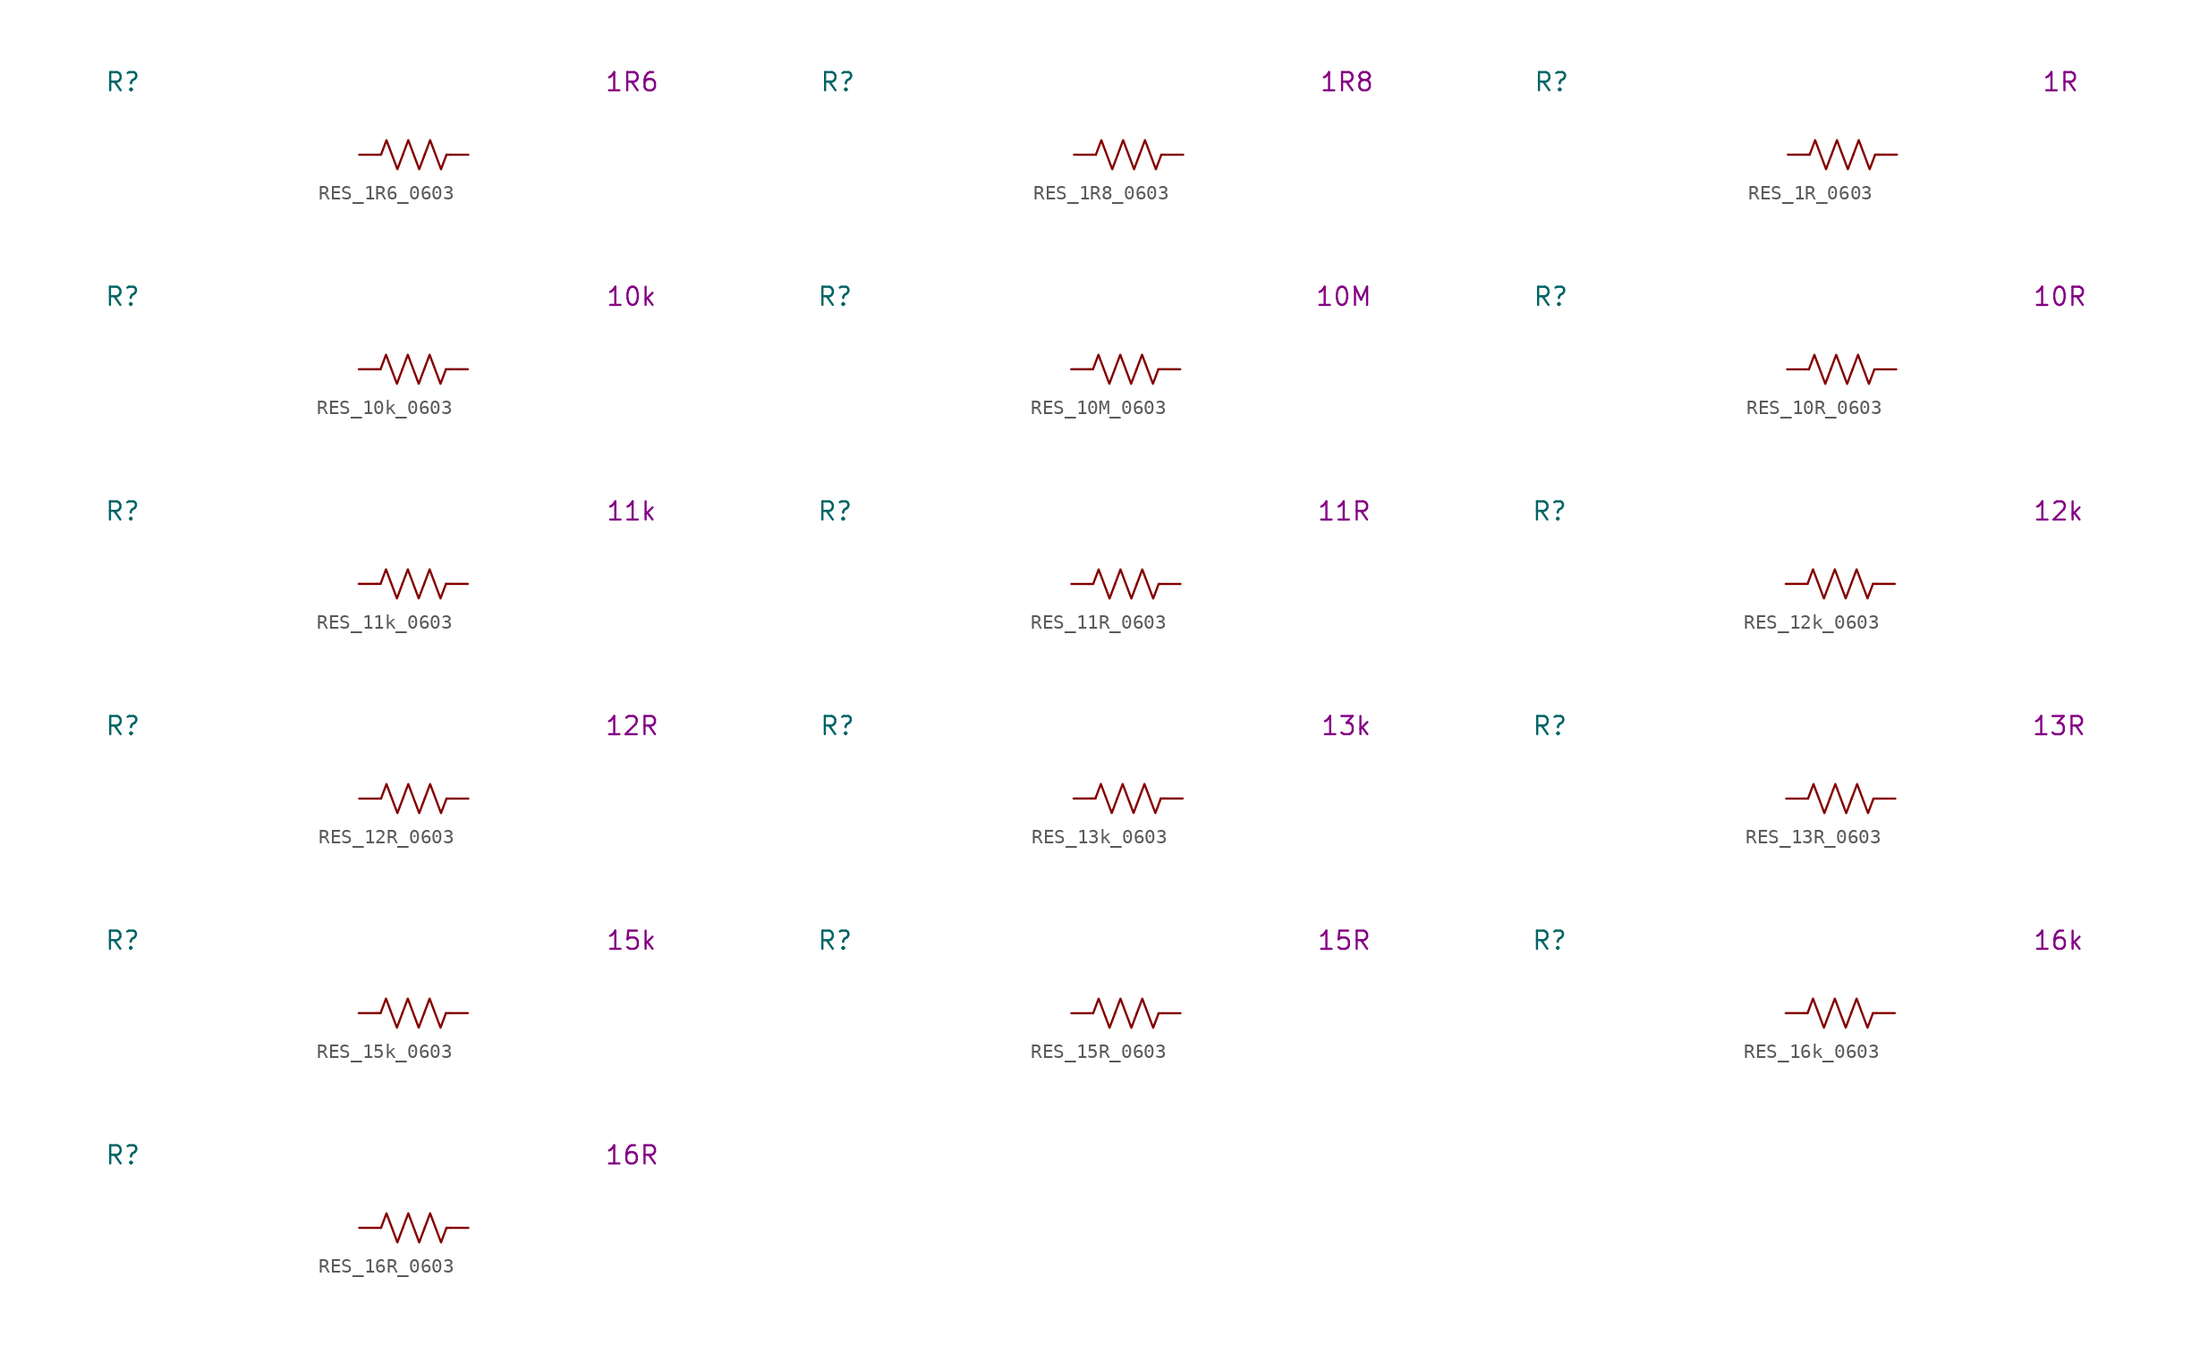
<source format=kicad_sym>
(kicad_symbol_lib
  (version 20231120)
  (generator "kicad_symbol_editor")
  (generator_version "8.0")
  (symbol "RES_1R6_0603"
    (pin_numbers hide)
    (property "Reference" "R"
      (at -20.32 5.08 0)
      (effects (font (size 1.27 1.27))))
    (property "Display Value" "1R6"
      (at 15.24 5.08 0)
      (effects (font (size 1.27 1.27))))
    (symbol "RES_1R6_0603_0_1"
      (polyline (pts (xy -2.286 0) (xy -2.54 0)) (stroke (width 0) (type default)) (fill (type none)))
      (polyline (pts (xy 2.286 0) (xy 2.54 0)) (stroke (width 0) (type default)) (fill (type none)))
      (polyline (pts (xy -2.286 0) (xy -1.905 1.016) (xy -1.524 0) (xy -1.143 -1.016) (xy -0.762 0)) (stroke (width 0) (type default)) (fill (type none)))
      (polyline (pts (xy -0.762 0) (xy -0.381 1.016) (xy 0 0) (xy 0.381 -1.016) (xy 0.762 0)) (stroke (width 0) (type default)) (fill (type none)))
      (polyline (pts (xy 0.762 0) (xy 1.143 1.016) (xy 1.524 0) (xy 1.905 -1.016) (xy 2.286 0)) (stroke (width 0) (type default)) (fill (type none))))
    (symbol "RES_1R6_0603_1_1"
      (pin passive line (at -3.81 0 0) (length 1.27) (name "~" (effects (font (size 1.27 1.27)))) (number "1" (effects (font (size 1.27 1.27)))))
      (pin passive line (at 3.81 0 180) (length 1.27) (name "~" (effects (font (size 1.27 1.27)))) (number "2" (effects (font (size 1.27 1.27)))))))
  (symbol "RES_1R8_0603"
    (pin_numbers hide)
    (property "Reference" "R"
      (at -20.32 5.08 0)
      (effects (font (size 1.27 1.27))))
    (property "Display Value" "1R8"
      (at 15.24 5.08 0)
      (effects (font (size 1.27 1.27))))
    (symbol "RES_1R8_0603_0_1"
      (polyline (pts (xy -2.286 0) (xy -2.54 0)) (stroke (width 0) (type default)) (fill (type none)))
      (polyline (pts (xy 2.286 0) (xy 2.54 0)) (stroke (width 0) (type default)) (fill (type none)))
      (polyline (pts (xy -2.286 0) (xy -1.905 1.016) (xy -1.524 0) (xy -1.143 -1.016) (xy -0.762 0)) (stroke (width 0) (type default)) (fill (type none)))
      (polyline (pts (xy -0.762 0) (xy -0.381 1.016) (xy 0 0) (xy 0.381 -1.016) (xy 0.762 0)) (stroke (width 0) (type default)) (fill (type none)))
      (polyline (pts (xy 0.762 0) (xy 1.143 1.016) (xy 1.524 0) (xy 1.905 -1.016) (xy 2.286 0)) (stroke (width 0) (type default)) (fill (type none))))
    (symbol "RES_1R8_0603_1_1"
      (pin passive line (at -3.81 0 0) (length 1.27) (name "~" (effects (font (size 1.27 1.27)))) (number "1" (effects (font (size 1.27 1.27)))))
      (pin passive line (at 3.81 0 180) (length 1.27) (name "~" (effects (font (size 1.27 1.27)))) (number "2" (effects (font (size 1.27 1.27)))))))
  (symbol "RES_1R_0603"
    (pin_numbers hide)
    (property "Reference" "R"
      (at -20.32 5.08 0)
      (effects (font (size 1.27 1.27))))
    (property "Display Value" "1R"
      (at 15.24 5.08 0)
      (effects (font (size 1.27 1.27))))
    (symbol "RES_1R_0603_0_1"
      (polyline (pts (xy -2.286 0) (xy -2.54 0)) (stroke (width 0) (type default)) (fill (type none)))
      (polyline (pts (xy 2.286 0) (xy 2.54 0)) (stroke (width 0) (type default)) (fill (type none)))
      (polyline (pts (xy -2.286 0) (xy -1.905 1.016) (xy -1.524 0) (xy -1.143 -1.016) (xy -0.762 0)) (stroke (width 0) (type default)) (fill (type none)))
      (polyline (pts (xy -0.762 0) (xy -0.381 1.016) (xy 0 0) (xy 0.381 -1.016) (xy 0.762 0)) (stroke (width 0) (type default)) (fill (type none)))
      (polyline (pts (xy 0.762 0) (xy 1.143 1.016) (xy 1.524 0) (xy 1.905 -1.016) (xy 2.286 0)) (stroke (width 0) (type default)) (fill (type none))))
    (symbol "RES_1R_0603_1_1"
      (pin passive line (at -3.81 0 0) (length 1.27) (name "~" (effects (font (size 1.27 1.27)))) (number "1" (effects (font (size 1.27 1.27)))))
      (pin passive line (at 3.81 0 180) (length 1.27) (name "~" (effects (font (size 1.27 1.27)))) (number "2" (effects (font (size 1.27 1.27)))))))
  (symbol "RES_10k_0603"
    (pin_numbers hide)
    (property "Reference" "R"
      (at -20.32 5.08 0)
      (effects (font (size 1.27 1.27))))
    (property "Display Value" "10k"
      (at 15.24 5.08 0)
      (effects (font (size 1.27 1.27))))
    (symbol "RES_10k_0603_0_1"
      (polyline (pts (xy -2.286 0) (xy -2.54 0)) (stroke (width 0) (type default)) (fill (type none)))
      (polyline (pts (xy 2.286 0) (xy 2.54 0)) (stroke (width 0) (type default)) (fill (type none)))
      (polyline (pts (xy -2.286 0) (xy -1.905 1.016) (xy -1.524 0) (xy -1.143 -1.016) (xy -0.762 0)) (stroke (width 0) (type default)) (fill (type none)))
      (polyline (pts (xy -0.762 0) (xy -0.381 1.016) (xy 0 0) (xy 0.381 -1.016) (xy 0.762 0)) (stroke (width 0) (type default)) (fill (type none)))
      (polyline (pts (xy 0.762 0) (xy 1.143 1.016) (xy 1.524 0) (xy 1.905 -1.016) (xy 2.286 0)) (stroke (width 0) (type default)) (fill (type none))))
    (symbol "RES_10k_0603_1_1"
      (pin passive line (at -3.81 0 0) (length 1.27) (name "~" (effects (font (size 1.27 1.27)))) (number "1" (effects (font (size 1.27 1.27)))))
      (pin passive line (at 3.81 0 180) (length 1.27) (name "~" (effects (font (size 1.27 1.27)))) (number "2" (effects (font (size 1.27 1.27)))))))
  (symbol "RES_10M_0603"
    (pin_numbers hide)
    (property "Reference" "R"
      (at -20.32 5.08 0)
      (effects (font (size 1.27 1.27))))
    (property "Display Value" "10M"
      (at 15.24 5.08 0)
      (effects (font (size 1.27 1.27))))
    (symbol "RES_10M_0603_0_1"
      (polyline (pts (xy -2.286 0) (xy -2.54 0)) (stroke (width 0) (type default)) (fill (type none)))
      (polyline (pts (xy 2.286 0) (xy 2.54 0)) (stroke (width 0) (type default)) (fill (type none)))
      (polyline (pts (xy -2.286 0) (xy -1.905 1.016) (xy -1.524 0) (xy -1.143 -1.016) (xy -0.762 0)) (stroke (width 0) (type default)) (fill (type none)))
      (polyline (pts (xy -0.762 0) (xy -0.381 1.016) (xy 0 0) (xy 0.381 -1.016) (xy 0.762 0)) (stroke (width 0) (type default)) (fill (type none)))
      (polyline (pts (xy 0.762 0) (xy 1.143 1.016) (xy 1.524 0) (xy 1.905 -1.016) (xy 2.286 0)) (stroke (width 0) (type default)) (fill (type none))))
    (symbol "RES_10M_0603_1_1"
      (pin passive line (at -3.81 0 0) (length 1.27) (name "~" (effects (font (size 1.27 1.27)))) (number "1" (effects (font (size 1.27 1.27)))))
      (pin passive line (at 3.81 0 180) (length 1.27) (name "~" (effects (font (size 1.27 1.27)))) (number "2" (effects (font (size 1.27 1.27)))))))
  (symbol "RES_10R_0603"
    (pin_numbers hide)
    (property "Reference" "R"
      (at -20.32 5.08 0)
      (effects (font (size 1.27 1.27))))
    (property "Display Value" "10R"
      (at 15.24 5.08 0)
      (effects (font (size 1.27 1.27))))
    (symbol "RES_10R_0603_0_1"
      (polyline (pts (xy -2.286 0) (xy -2.54 0)) (stroke (width 0) (type default)) (fill (type none)))
      (polyline (pts (xy 2.286 0) (xy 2.54 0)) (stroke (width 0) (type default)) (fill (type none)))
      (polyline (pts (xy -2.286 0) (xy -1.905 1.016) (xy -1.524 0) (xy -1.143 -1.016) (xy -0.762 0)) (stroke (width 0) (type default)) (fill (type none)))
      (polyline (pts (xy -0.762 0) (xy -0.381 1.016) (xy 0 0) (xy 0.381 -1.016) (xy 0.762 0)) (stroke (width 0) (type default)) (fill (type none)))
      (polyline (pts (xy 0.762 0) (xy 1.143 1.016) (xy 1.524 0) (xy 1.905 -1.016) (xy 2.286 0)) (stroke (width 0) (type default)) (fill (type none))))
    (symbol "RES_10R_0603_1_1"
      (pin passive line (at -3.81 0 0) (length 1.27) (name "~" (effects (font (size 1.27 1.27)))) (number "1" (effects (font (size 1.27 1.27)))))
      (pin passive line (at 3.81 0 180) (length 1.27) (name "~" (effects (font (size 1.27 1.27)))) (number "2" (effects (font (size 1.27 1.27)))))))
  (symbol "RES_11k_0603"
    (pin_numbers hide)
    (property "Reference" "R"
      (at -20.32 5.08 0)
      (effects (font (size 1.27 1.27))))
    (property "Display Value" "11k"
      (at 15.24 5.08 0)
      (effects (font (size 1.27 1.27))))
    (symbol "RES_11k_0603_0_1"
      (polyline (pts (xy -2.286 0) (xy -2.54 0)) (stroke (width 0) (type default)) (fill (type none)))
      (polyline (pts (xy 2.286 0) (xy 2.54 0)) (stroke (width 0) (type default)) (fill (type none)))
      (polyline (pts (xy -2.286 0) (xy -1.905 1.016) (xy -1.524 0) (xy -1.143 -1.016) (xy -0.762 0)) (stroke (width 0) (type default)) (fill (type none)))
      (polyline (pts (xy -0.762 0) (xy -0.381 1.016) (xy 0 0) (xy 0.381 -1.016) (xy 0.762 0)) (stroke (width 0) (type default)) (fill (type none)))
      (polyline (pts (xy 0.762 0) (xy 1.143 1.016) (xy 1.524 0) (xy 1.905 -1.016) (xy 2.286 0)) (stroke (width 0) (type default)) (fill (type none))))
    (symbol "RES_11k_0603_1_1"
      (pin passive line (at -3.81 0 0) (length 1.27) (name "~" (effects (font (size 1.27 1.27)))) (number "1" (effects (font (size 1.27 1.27)))))
      (pin passive line (at 3.81 0 180) (length 1.27) (name "~" (effects (font (size 1.27 1.27)))) (number "2" (effects (font (size 1.27 1.27)))))))
  (symbol "RES_11R_0603"
    (pin_numbers hide)
    (property "Reference" "R"
      (at -20.32 5.08 0)
      (effects (font (size 1.27 1.27))))
    (property "Display Value" "11R"
      (at 15.24 5.08 0)
      (effects (font (size 1.27 1.27))))
    (symbol "RES_11R_0603_0_1"
      (polyline (pts (xy -2.286 0) (xy -2.54 0)) (stroke (width 0) (type default)) (fill (type none)))
      (polyline (pts (xy 2.286 0) (xy 2.54 0)) (stroke (width 0) (type default)) (fill (type none)))
      (polyline (pts (xy -2.286 0) (xy -1.905 1.016) (xy -1.524 0) (xy -1.143 -1.016) (xy -0.762 0)) (stroke (width 0) (type default)) (fill (type none)))
      (polyline (pts (xy -0.762 0) (xy -0.381 1.016) (xy 0 0) (xy 0.381 -1.016) (xy 0.762 0)) (stroke (width 0) (type default)) (fill (type none)))
      (polyline (pts (xy 0.762 0) (xy 1.143 1.016) (xy 1.524 0) (xy 1.905 -1.016) (xy 2.286 0)) (stroke (width 0) (type default)) (fill (type none))))
    (symbol "RES_11R_0603_1_1"
      (pin passive line (at -3.81 0 0) (length 1.27) (name "~" (effects (font (size 1.27 1.27)))) (number "1" (effects (font (size 1.27 1.27)))))
      (pin passive line (at 3.81 0 180) (length 1.27) (name "~" (effects (font (size 1.27 1.27)))) (number "2" (effects (font (size 1.27 1.27)))))))
  (symbol "RES_12k_0603"
    (pin_numbers hide)
    (property "Reference" "R"
      (at -20.32 5.08 0)
      (effects (font (size 1.27 1.27))))
    (property "Display Value" "12k"
      (at 15.24 5.08 0)
      (effects (font (size 1.27 1.27))))
    (symbol "RES_12k_0603_0_1"
      (polyline (pts (xy -2.286 0) (xy -2.54 0)) (stroke (width 0) (type default)) (fill (type none)))
      (polyline (pts (xy 2.286 0) (xy 2.54 0)) (stroke (width 0) (type default)) (fill (type none)))
      (polyline (pts (xy -2.286 0) (xy -1.905 1.016) (xy -1.524 0) (xy -1.143 -1.016) (xy -0.762 0)) (stroke (width 0) (type default)) (fill (type none)))
      (polyline (pts (xy -0.762 0) (xy -0.381 1.016) (xy 0 0) (xy 0.381 -1.016) (xy 0.762 0)) (stroke (width 0) (type default)) (fill (type none)))
      (polyline (pts (xy 0.762 0) (xy 1.143 1.016) (xy 1.524 0) (xy 1.905 -1.016) (xy 2.286 0)) (stroke (width 0) (type default)) (fill (type none))))
    (symbol "RES_12k_0603_1_1"
      (pin passive line (at -3.81 0 0) (length 1.27) (name "~" (effects (font (size 1.27 1.27)))) (number "1" (effects (font (size 1.27 1.27)))))
      (pin passive line (at 3.81 0 180) (length 1.27) (name "~" (effects (font (size 1.27 1.27)))) (number "2" (effects (font (size 1.27 1.27)))))))
  (symbol "RES_12R_0603"
    (pin_numbers hide)
    (property "Reference" "R"
      (at -20.32 5.08 0)
      (effects (font (size 1.27 1.27))))
    (property "Display Value" "12R"
      (at 15.24 5.08 0)
      (effects (font (size 1.27 1.27))))
    (symbol "RES_12R_0603_0_1"
      (polyline (pts (xy -2.286 0) (xy -2.54 0)) (stroke (width 0) (type default)) (fill (type none)))
      (polyline (pts (xy 2.286 0) (xy 2.54 0)) (stroke (width 0) (type default)) (fill (type none)))
      (polyline (pts (xy -2.286 0) (xy -1.905 1.016) (xy -1.524 0) (xy -1.143 -1.016) (xy -0.762 0)) (stroke (width 0) (type default)) (fill (type none)))
      (polyline (pts (xy -0.762 0) (xy -0.381 1.016) (xy 0 0) (xy 0.381 -1.016) (xy 0.762 0)) (stroke (width 0) (type default)) (fill (type none)))
      (polyline (pts (xy 0.762 0) (xy 1.143 1.016) (xy 1.524 0) (xy 1.905 -1.016) (xy 2.286 0)) (stroke (width 0) (type default)) (fill (type none))))
    (symbol "RES_12R_0603_1_1"
      (pin passive line (at -3.81 0 0) (length 1.27) (name "~" (effects (font (size 1.27 1.27)))) (number "1" (effects (font (size 1.27 1.27)))))
      (pin passive line (at 3.81 0 180) (length 1.27) (name "~" (effects (font (size 1.27 1.27)))) (number "2" (effects (font (size 1.27 1.27)))))))
  (symbol "RES_13k_0603"
    (pin_numbers hide)
    (property "Reference" "R"
      (at -20.32 5.08 0)
      (effects (font (size 1.27 1.27))))
    (property "Display Value" "13k"
      (at 15.24 5.08 0)
      (effects (font (size 1.27 1.27))))
    (symbol "RES_13k_0603_0_1"
      (polyline (pts (xy -2.286 0) (xy -2.54 0)) (stroke (width 0) (type default)) (fill (type none)))
      (polyline (pts (xy 2.286 0) (xy 2.54 0)) (stroke (width 0) (type default)) (fill (type none)))
      (polyline (pts (xy -2.286 0) (xy -1.905 1.016) (xy -1.524 0) (xy -1.143 -1.016) (xy -0.762 0)) (stroke (width 0) (type default)) (fill (type none)))
      (polyline (pts (xy -0.762 0) (xy -0.381 1.016) (xy 0 0) (xy 0.381 -1.016) (xy 0.762 0)) (stroke (width 0) (type default)) (fill (type none)))
      (polyline (pts (xy 0.762 0) (xy 1.143 1.016) (xy 1.524 0) (xy 1.905 -1.016) (xy 2.286 0)) (stroke (width 0) (type default)) (fill (type none))))
    (symbol "RES_13k_0603_1_1"
      (pin passive line (at -3.81 0 0) (length 1.27) (name "~" (effects (font (size 1.27 1.27)))) (number "1" (effects (font (size 1.27 1.27)))))
      (pin passive line (at 3.81 0 180) (length 1.27) (name "~" (effects (font (size 1.27 1.27)))) (number "2" (effects (font (size 1.27 1.27)))))))
  (symbol "RES_13R_0603"
    (pin_numbers hide)
    (property "Reference" "R"
      (at -20.32 5.08 0)
      (effects (font (size 1.27 1.27))))
    (property "Display Value" "13R"
      (at 15.24 5.08 0)
      (effects (font (size 1.27 1.27))))
    (symbol "RES_13R_0603_0_1"
      (polyline (pts (xy -2.286 0) (xy -2.54 0)) (stroke (width 0) (type default)) (fill (type none)))
      (polyline (pts (xy 2.286 0) (xy 2.54 0)) (stroke (width 0) (type default)) (fill (type none)))
      (polyline (pts (xy -2.286 0) (xy -1.905 1.016) (xy -1.524 0) (xy -1.143 -1.016) (xy -0.762 0)) (stroke (width 0) (type default)) (fill (type none)))
      (polyline (pts (xy -0.762 0) (xy -0.381 1.016) (xy 0 0) (xy 0.381 -1.016) (xy 0.762 0)) (stroke (width 0) (type default)) (fill (type none)))
      (polyline (pts (xy 0.762 0) (xy 1.143 1.016) (xy 1.524 0) (xy 1.905 -1.016) (xy 2.286 0)) (stroke (width 0) (type default)) (fill (type none))))
    (symbol "RES_13R_0603_1_1"
      (pin passive line (at -3.81 0 0) (length 1.27) (name "~" (effects (font (size 1.27 1.27)))) (number "1" (effects (font (size 1.27 1.27)))))
      (pin passive line (at 3.81 0 180) (length 1.27) (name "~" (effects (font (size 1.27 1.27)))) (number "2" (effects (font (size 1.27 1.27)))))))
  (symbol "RES_15k_0603"
    (pin_numbers hide)
    (property "Reference" "R"
      (at -20.32 5.08 0)
      (effects (font (size 1.27 1.27))))
    (property "Display Value" "15k"
      (at 15.24 5.08 0)
      (effects (font (size 1.27 1.27))))
    (symbol "RES_15k_0603_0_1"
      (polyline (pts (xy -2.286 0) (xy -2.54 0)) (stroke (width 0) (type default)) (fill (type none)))
      (polyline (pts (xy 2.286 0) (xy 2.54 0)) (stroke (width 0) (type default)) (fill (type none)))
      (polyline (pts (xy -2.286 0) (xy -1.905 1.016) (xy -1.524 0) (xy -1.143 -1.016) (xy -0.762 0)) (stroke (width 0) (type default)) (fill (type none)))
      (polyline (pts (xy -0.762 0) (xy -0.381 1.016) (xy 0 0) (xy 0.381 -1.016) (xy 0.762 0)) (stroke (width 0) (type default)) (fill (type none)))
      (polyline (pts (xy 0.762 0) (xy 1.143 1.016) (xy 1.524 0) (xy 1.905 -1.016) (xy 2.286 0)) (stroke (width 0) (type default)) (fill (type none))))
    (symbol "RES_15k_0603_1_1"
      (pin passive line (at -3.81 0 0) (length 1.27) (name "~" (effects (font (size 1.27 1.27)))) (number "1" (effects (font (size 1.27 1.27)))))
      (pin passive line (at 3.81 0 180) (length 1.27) (name "~" (effects (font (size 1.27 1.27)))) (number "2" (effects (font (size 1.27 1.27)))))))
  (symbol "RES_15R_0603"
    (pin_numbers hide)
    (property "Reference" "R"
      (at -20.32 5.08 0)
      (effects (font (size 1.27 1.27))))
    (property "Display Value" "15R"
      (at 15.24 5.08 0)
      (effects (font (size 1.27 1.27))))
    (symbol "RES_15R_0603_0_1"
      (polyline (pts (xy -2.286 0) (xy -2.54 0)) (stroke (width 0) (type default)) (fill (type none)))
      (polyline (pts (xy 2.286 0) (xy 2.54 0)) (stroke (width 0) (type default)) (fill (type none)))
      (polyline (pts (xy -2.286 0) (xy -1.905 1.016) (xy -1.524 0) (xy -1.143 -1.016) (xy -0.762 0)) (stroke (width 0) (type default)) (fill (type none)))
      (polyline (pts (xy -0.762 0) (xy -0.381 1.016) (xy 0 0) (xy 0.381 -1.016) (xy 0.762 0)) (stroke (width 0) (type default)) (fill (type none)))
      (polyline (pts (xy 0.762 0) (xy 1.143 1.016) (xy 1.524 0) (xy 1.905 -1.016) (xy 2.286 0)) (stroke (width 0) (type default)) (fill (type none))))
    (symbol "RES_15R_0603_1_1"
      (pin passive line (at -3.81 0 0) (length 1.27) (name "~" (effects (font (size 1.27 1.27)))) (number "1" (effects (font (size 1.27 1.27)))))
      (pin passive line (at 3.81 0 180) (length 1.27) (name "~" (effects (font (size 1.27 1.27)))) (number "2" (effects (font (size 1.27 1.27)))))))
  (symbol "RES_16k_0603"
    (pin_numbers hide)
    (property "Reference" "R"
      (at -20.32 5.08 0)
      (effects (font (size 1.27 1.27))))
    (property "Display Value" "16k"
      (at 15.24 5.08 0)
      (effects (font (size 1.27 1.27))))
    (symbol "RES_16k_0603_0_1"
      (polyline (pts (xy -2.286 0) (xy -2.54 0)) (stroke (width 0) (type default)) (fill (type none)))
      (polyline (pts (xy 2.286 0) (xy 2.54 0)) (stroke (width 0) (type default)) (fill (type none)))
      (polyline (pts (xy -2.286 0) (xy -1.905 1.016) (xy -1.524 0) (xy -1.143 -1.016) (xy -0.762 0)) (stroke (width 0) (type default)) (fill (type none)))
      (polyline (pts (xy -0.762 0) (xy -0.381 1.016) (xy 0 0) (xy 0.381 -1.016) (xy 0.762 0)) (stroke (width 0) (type default)) (fill (type none)))
      (polyline (pts (xy 0.762 0) (xy 1.143 1.016) (xy 1.524 0) (xy 1.905 -1.016) (xy 2.286 0)) (stroke (width 0) (type default)) (fill (type none))))
    (symbol "RES_16k_0603_1_1"
      (pin passive line (at -3.81 0 0) (length 1.27) (name "~" (effects (font (size 1.27 1.27)))) (number "1" (effects (font (size 1.27 1.27)))))
      (pin passive line (at 3.81 0 180) (length 1.27) (name "~" (effects (font (size 1.27 1.27)))) (number "2" (effects (font (size 1.27 1.27)))))))
  (symbol "RES_16R_0603"
    (pin_numbers hide)
    (property "Reference" "R"
      (at -20.32 5.08 0)
      (effects (font (size 1.27 1.27))))
    (property "Display Value" "16R"
      (at 15.24 5.08 0)
      (effects (font (size 1.27 1.27))))
    (symbol "RES_16R_0603_0_1"
      (polyline (pts (xy -2.286 0) (xy -2.54 0)) (stroke (width 0) (type default)) (fill (type none)))
      (polyline (pts (xy 2.286 0) (xy 2.54 0)) (stroke (width 0) (type default)) (fill (type none)))
      (polyline (pts (xy -2.286 0) (xy -1.905 1.016) (xy -1.524 0) (xy -1.143 -1.016) (xy -0.762 0)) (stroke (width 0) (type default)) (fill (type none)))
      (polyline (pts (xy -0.762 0) (xy -0.381 1.016) (xy 0 0) (xy 0.381 -1.016) (xy 0.762 0)) (stroke (width 0) (type default)) (fill (type none)))
      (polyline (pts (xy 0.762 0) (xy 1.143 1.016) (xy 1.524 0) (xy 1.905 -1.016) (xy 2.286 0)) (stroke (width 0) (type default)) (fill (type none))))
    (symbol "RES_16R_0603_1_1"
      (pin passive line (at -3.81 0 0) (length 1.27) (name "~" (effects (font (size 1.27 1.27)))) (number "1" (effects (font (size 1.27 1.27)))))
      (pin passive line (at 3.81 0 180) (length 1.27) (name "~" (effects (font (size 1.27 1.27)))) (number "2" (effects (font (size 1.27 1.27))))))))
</source>
